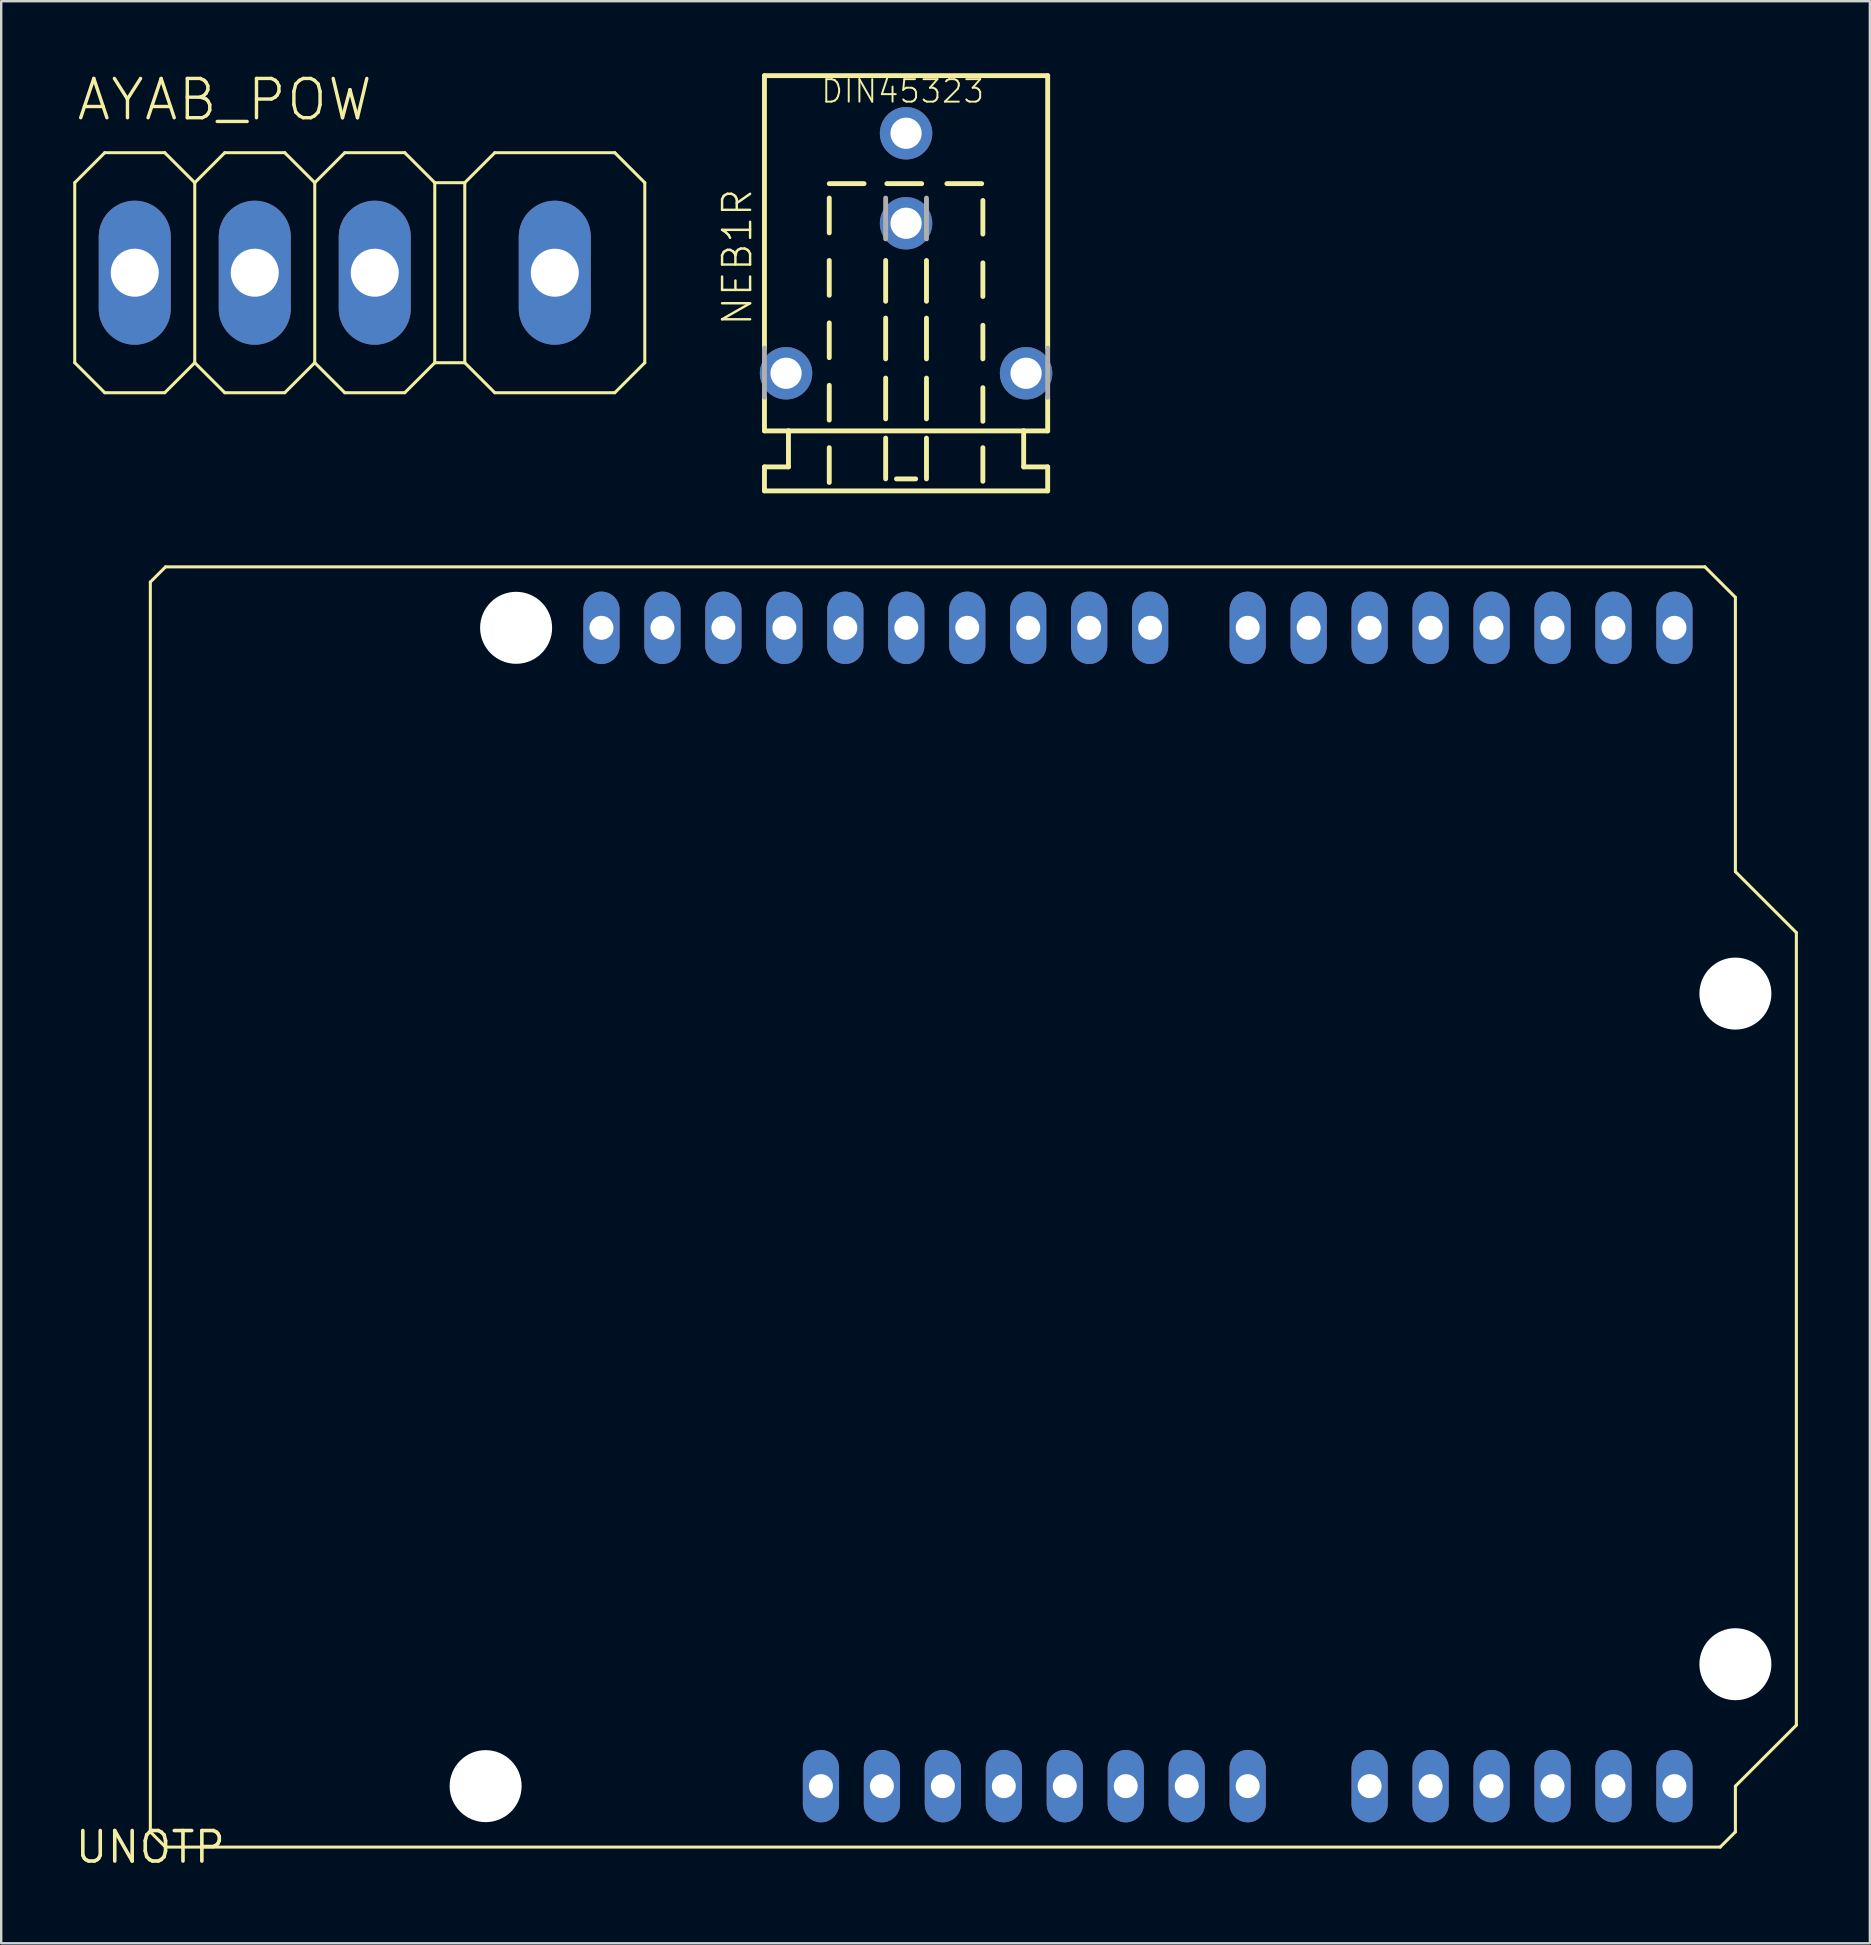
<source format=kicad_pcb>
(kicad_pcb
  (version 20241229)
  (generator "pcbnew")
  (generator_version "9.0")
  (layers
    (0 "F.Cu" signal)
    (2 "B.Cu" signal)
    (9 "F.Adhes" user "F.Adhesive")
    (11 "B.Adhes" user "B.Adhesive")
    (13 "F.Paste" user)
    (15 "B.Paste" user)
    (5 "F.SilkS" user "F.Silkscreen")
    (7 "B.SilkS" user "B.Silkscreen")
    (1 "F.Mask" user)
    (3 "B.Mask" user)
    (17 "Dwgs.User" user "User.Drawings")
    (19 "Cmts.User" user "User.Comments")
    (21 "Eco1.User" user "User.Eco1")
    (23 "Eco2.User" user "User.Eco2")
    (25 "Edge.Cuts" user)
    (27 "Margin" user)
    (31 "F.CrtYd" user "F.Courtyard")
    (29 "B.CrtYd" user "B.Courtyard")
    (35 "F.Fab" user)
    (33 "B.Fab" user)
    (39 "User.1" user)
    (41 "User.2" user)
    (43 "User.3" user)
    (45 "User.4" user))
  (footprint "NEB1R"
    (layer "F.Cu")
    (at 34.7 12.502)
    (property "Reference" "NEB1R" (at -6.35 -1.905 90) (layer "F.SilkS") (effects (font (size 1.168 1.168) (thickness 0.102)) (justify left bottom)))
    (fp_line (start -5.9 -12.4) (end 5.9 -12.4) (stroke (width 0.203) (type solid)) (layer "F.SilkS"))
    (fp_line (start -5.9 -1.05) (end -5.9 -12.4) (stroke (width 0.203) (type solid)) (layer "F.SilkS"))
    (fp_line (start -5.9 2.4) (end -5.9 1) (stroke (width 0.203) (type solid)) (layer "F.SilkS"))
    (fp_line (start -5.9 3.9) (end -4.9 3.9) (stroke (width 0.203) (type solid)) (layer "F.SilkS"))
    (fp_line (start -5.9 4.9) (end -5.9 3.9) (stroke (width 0.203) (type solid)) (layer "F.SilkS"))
    (fp_line (start -5.9 4.9) (end 5.9 4.9) (stroke (width 0.203) (type solid)) (layer "F.SilkS"))
    (fp_line (start -4.9 2.4) (end -5.9 2.4) (stroke (width 0.203) (type solid)) (layer "F.SilkS"))
    (fp_line (start -4.9 2.4) (end 4.9 2.4) (stroke (width 0.203) (type solid)) (layer "F.SilkS"))
    (fp_line (start -4.9 3.9) (end -4.9 2.4) (stroke (width 0.203) (type solid)) (layer "F.SilkS"))
    (fp_line (start -3.2 -7.9) (end -1.75 -7.9) (stroke (width 0.203) (type solid)) (layer "F.SilkS"))
    (fp_line (start -3.2 -7.3) (end -3.2 -5.85) (stroke (width 0.203) (type solid)) (layer "F.SilkS"))
    (fp_line (start -3.2 -4.7) (end -3.2 -3.25) (stroke (width 0.203) (type solid)) (layer "F.SilkS"))
    (fp_line (start -3.2 -2.1) (end -3.2 -0.65) (stroke (width 0.203) (type solid)) (layer "F.SilkS"))
    (fp_line (start -3.2 0.5) (end -3.2 1.95) (stroke (width 0.203) (type solid)) (layer "F.SilkS"))
    (fp_line (start -3.2 3.1) (end -3.2 4.55) (stroke (width 0.203) (type solid)) (layer "F.SilkS"))
    (fp_line (start -0.85 -4.7) (end -0.85 -3) (stroke (width 0.203) (type solid)) (layer "F.SilkS"))
    (fp_line (start -0.85 -2.3) (end -0.85 -0.6) (stroke (width 0.203) (type solid)) (layer "F.SilkS"))
    (fp_line (start -0.85 0.2) (end -0.85 1.9) (stroke (width 0.203) (type solid)) (layer "F.SilkS"))
    (fp_line (start -0.85 2.7) (end -0.85 4.4) (stroke (width 0.203) (type solid)) (layer "F.SilkS"))
    (fp_line (start -0.8 -7.9) (end 0.65 -7.9) (stroke (width 0.203) (type solid)) (layer "F.SilkS"))
    (fp_line (start -0.4 4.4) (end 0.4 4.4) (stroke (width 0.203) (type solid)) (layer "F.SilkS"))
    (fp_line (start 0.85 -4.7) (end 0.85 -3) (stroke (width 0.203) (type solid)) (layer "F.SilkS"))
    (fp_line (start 0.85 -2.3) (end 0.85 -0.6) (stroke (width 0.203) (type solid)) (layer "F.SilkS"))
    (fp_line (start 0.85 0.2) (end 0.85 1.9) (stroke (width 0.203) (type solid)) (layer "F.SilkS"))
    (fp_line (start 0.85 2.7) (end 0.85 4.4) (stroke (width 0.203) (type solid)) (layer "F.SilkS"))
    (fp_line (start 1.7 -7.9) (end 3.15 -7.9) (stroke (width 0.203) (type solid)) (layer "F.SilkS"))
    (fp_line (start 3.2 -7.2) (end 3.2 -5.8) (stroke (width 0.203) (type solid)) (layer "F.SilkS"))
    (fp_line (start 3.2 -4.6) (end 3.2 -3.2) (stroke (width 0.203) (type solid)) (layer "F.SilkS"))
    (fp_line (start 3.2 -2) (end 3.2 -0.6) (stroke (width 0.203) (type solid)) (layer "F.SilkS"))
    (fp_line (start 3.2 0.6) (end 3.2 2) (stroke (width 0.203) (type solid)) (layer "F.SilkS"))
    (fp_line (start 3.2 3.1) (end 3.2 4.5) (stroke (width 0.203) (type solid)) (layer "F.SilkS"))
    (fp_line (start 4.9 2.4) (end 4.9 3.9) (stroke (width 0.203) (type solid)) (layer "F.SilkS"))
    (fp_line (start 4.9 3.9) (end 5.9 3.9) (stroke (width 0.203) (type solid)) (layer "F.SilkS"))
    (fp_line (start 5.9 -1.05) (end 5.9 -12.4) (stroke (width 0.203) (type solid)) (layer "F.SilkS"))
    (fp_line (start 5.9 2.4) (end 4.9 2.4) (stroke (width 0.203) (type solid)) (layer "F.SilkS"))
    (fp_line (start 5.9 2.4) (end 5.9 1) (stroke (width 0.203) (type solid)) (layer "F.SilkS"))
    (fp_line (start 5.9 4.9) (end 5.9 3.9) (stroke (width 0.203) (type solid)) (layer "F.SilkS"))
    (fp_line (start -5.9 -1.05) (end -5.9 1) (stroke (width 0.203) (type solid)) (layer "F.Fab"))
    (fp_line (start -0.85 -7.3) (end -0.85 -5.6) (stroke (width 0.203) (type solid)) (layer "F.Fab"))
    (fp_line (start 0.85 -7.3) (end 0.85 -5.6) (stroke (width 0.203) (type solid)) (layer "F.Fab"))
    (fp_line (start 5.9 -1.05) (end 5.9 1) (stroke (width 0.203) (type solid)) (layer "F.Fab"))
    (fp_text user "DIN45323" (at -3.6 -11.2 0) (layer "F.SilkS") (effects (font (size 0.935 0.935) (thickness 0.081)) (justify left bottom)))
    (pad "1@1" thru_hole circle (at 5 0) (size 2.184 2.184) (drill 1.3) (layers "*.Cu" "*.Mask"))
    (pad "1@2" thru_hole circle (at -5 0) (size 2.184 2.184) (drill 1.3) (layers "*.Cu" "*.Mask"))
    (pad "2" thru_hole circle (at 0 -6.25) (size 2.184 2.184) (drill 1.3) (layers "*.Cu" "*.Mask"))
    (pad "3" thru_hole circle (at 0 -10) (size 2.184 2.184) (drill 1.3) (layers "*.Cu" "*.Mask")))
  (footprint "AYAB_POW"
    (layer "F.Cu")
    (at 7.564 8.312)
    (property "Reference" "AYAB_POW" (at -7.5 -6.25 0) (layer "F.SilkS") (effects (font (size 1.636 1.636) (thickness 0.142)) (justify left bottom)))
    (fp_line (start -7.5 -3.75) (end -7.5 3.75) (stroke (width 0.127) (type solid)) (layer "F.SilkS"))
    (fp_line (start -7.5 3.75) (end -6.25 5) (stroke (width 0.127) (type solid)) (layer "F.SilkS"))
    (fp_line (start -6.25 -5) (end -7.5 -3.75) (stroke (width 0.127) (type solid)) (layer "F.SilkS"))
    (fp_line (start -6.25 5) (end -3.75 5) (stroke (width 0.127) (type solid)) (layer "F.SilkS"))
    (fp_line (start -3.75 -5) (end -6.25 -5) (stroke (width 0.127) (type solid)) (layer "F.SilkS"))
    (fp_line (start -3.75 -5) (end -2.5 -3.75) (stroke (width 0.127) (type solid)) (layer "F.SilkS"))
    (fp_line (start -2.5 -3.75) (end -2.5 3.75) (stroke (width 0.127) (type solid)) (layer "F.SilkS"))
    (fp_line (start -2.5 3.75) (end -3.75 5) (stroke (width 0.127) (type solid)) (layer "F.SilkS"))
    (fp_line (start -2.5 3.75) (end -1.25 5) (stroke (width 0.127) (type solid)) (layer "F.SilkS"))
    (fp_line (start -1.25 -5) (end -2.5 -3.75) (stroke (width 0.127) (type solid)) (layer "F.SilkS"))
    (fp_line (start -1.25 -5) (end 1.25 -5) (stroke (width 0.127) (type solid)) (layer "F.SilkS"))
    (fp_line (start 1.25 -5) (end 2.5 -3.75) (stroke (width 0.127) (type solid)) (layer "F.SilkS"))
    (fp_line (start 1.25 5) (end -1.25 5) (stroke (width 0.127) (type solid)) (layer "F.SilkS"))
    (fp_line (start 2.5 -3.75) (end 2.5 3.75) (stroke (width 0.127) (type solid)) (layer "F.SilkS"))
    (fp_line (start 2.5 -3.75) (end 3.75 -5) (stroke (width 0.127) (type solid)) (layer "F.SilkS"))
    (fp_line (start 2.5 3.75) (end 1.25 5) (stroke (width 0.127) (type solid)) (layer "F.SilkS"))
    (fp_line (start 2.5 3.75) (end 3.75 5) (stroke (width 0.127) (type solid)) (layer "F.SilkS"))
    (fp_line (start 3.75 -5) (end 6.25 -5) (stroke (width 0.127) (type solid)) (layer "F.SilkS"))
    (fp_line (start 6.25 -5) (end 7.5 -3.75) (stroke (width 0.127) (type solid)) (layer "F.SilkS"))
    (fp_line (start 6.25 5) (end 3.75 5) (stroke (width 0.127) (type solid)) (layer "F.SilkS"))
    (fp_line (start 6.25 5) (end 7.5 3.75) (stroke (width 0.127) (type solid)) (layer "F.SilkS"))
    (fp_line (start 7.5 -3.75) (end 7.5 3.75) (stroke (width 0.127) (type solid)) (layer "F.SilkS"))
    (fp_line (start 8.75 -3.75) (end 7.5 -3.75) (stroke (width 0.127) (type solid)) (layer "F.SilkS"))
    (fp_line (start 8.75 -3.75) (end 8.75 3.75) (stroke (width 0.127) (type solid)) (layer "F.SilkS"))
    (fp_line (start 8.75 3.75) (end 7.5 3.75) (stroke (width 0.127) (type solid)) (layer "F.SilkS"))
    (fp_line (start 8.75 3.75) (end 10 5) (stroke (width 0.127) (type solid)) (layer "F.SilkS"))
    (fp_line (start 10 -5) (end 8.75 -3.75) (stroke (width 0.127) (type solid)) (layer "F.SilkS"))
    (fp_line (start 10 5) (end 15 5) (stroke (width 0.127) (type solid)) (layer "F.SilkS"))
    (fp_line (start 15 -5) (end 10 -5) (stroke (width 0.127) (type solid)) (layer "F.SilkS"))
    (fp_line (start 15 -5) (end 16.25 -3.75) (stroke (width 0.127) (type solid)) (layer "F.SilkS"))
    (fp_line (start 16.25 -3.75) (end 16.25 3.75) (stroke (width 0.127) (type solid)) (layer "F.SilkS"))
    (fp_line (start 16.25 3.75) (end 15 5) (stroke (width 0.127) (type solid)) (layer "F.SilkS"))
    (pad "P$1" thru_hole oval (at 12.5 0 90) (size 6 3) (drill 2) (layers "*.Cu" "*.Mask"))
    (pad "P$2" thru_hole oval (at 5 0 90) (size 6 3) (drill 2) (layers "*.Cu" "*.Mask"))
    (pad "P$3" thru_hole oval (at 0 0 90) (size 6 3) (drill 2) (layers "*.Cu" "*.Mask"))
    (pad "P$4" thru_hole oval (at -5 0 90) (size 6 3) (drill 2) (layers "*.Cu" "*.Mask")))
  (footprint "UNOTP"
    (layer "F.Cu")
    (at 3.213 73.907)
    (property "Reference" "UNOTP" (at 0 0 0) (layer "F.SilkS") (effects (font (size 1.27 1.27) (thickness 0.15))))
    (fp_line (start 0 -52.705) (end 0 -0.635) (stroke (width 0.127) (type solid)) (layer "F.SilkS"))
    (fp_line (start 0 -0.635) (end 0.635 0) (stroke (width 0.127) (type solid)) (layer "F.SilkS"))
    (fp_line (start 0.635 -53.34) (end 0 -52.705) (stroke (width 0.127) (type solid)) (layer "F.SilkS"))
    (fp_line (start 0.635 0) (end 65.405 0) (stroke (width 0.127) (type solid)) (layer "F.SilkS"))
    (fp_line (start 64.77 -53.34) (end 0.635 -53.34) (stroke (width 0.127) (type solid)) (layer "F.SilkS"))
    (fp_line (start 65.405 0) (end 66.04 -0.635) (stroke (width 0.127) (type solid)) (layer "F.SilkS"))
    (fp_line (start 66.04 -52.07) (end 64.77 -53.34) (stroke (width 0.127) (type solid)) (layer "F.SilkS"))
    (fp_line (start 66.04 -40.64) (end 66.04 -52.07) (stroke (width 0.127) (type solid)) (layer "F.SilkS"))
    (fp_line (start 66.04 -2.54) (end 68.58 -5.08) (stroke (width 0.127) (type solid)) (layer "F.SilkS"))
    (fp_line (start 66.04 -0.635) (end 66.04 -2.54) (stroke (width 0.127) (type solid)) (layer "F.SilkS"))
    (fp_line (start 68.58 -38.1) (end 66.04 -40.64) (stroke (width 0.127) (type solid)) (layer "F.SilkS"))
    (fp_line (start 68.58 -5.08) (end 68.58 -38.1) (stroke (width 0.127) (type solid)) (layer "F.SilkS"))
    (pad "" np_thru_hole circle (at 13.97 -2.54) (size 3 3) (drill 3) (layers "*.Cu" "*.Mask"))
    (pad "" np_thru_hole circle (at 15.24 -50.8) (size 3 3) (drill 3) (layers "*.Cu" "*.Mask"))
    (pad "" np_thru_hole circle (at 66.04 -35.56) (size 3 3) (drill 3) (layers "*.Cu" "*.Mask"))
    (pad "" np_thru_hole circle (at 66.04 -7.62) (size 3 3) (drill 3) (layers "*.Cu" "*.Mask"))
    (pad "0" thru_hole oval (at 63.5 -50.8 90) (size 3.016 1.508) (drill 1) (layers "*.Cu" "*.Mask"))
    (pad "1" thru_hole oval (at 60.96 -50.8 90) (size 3.016 1.508) (drill 1) (layers "*.Cu" "*.Mask"))
    (pad "2" thru_hole oval (at 58.42 -50.8 90) (size 3.016 1.508) (drill 1) (layers "*.Cu" "*.Mask"))
    (pad "3" thru_hole oval (at 55.88 -50.8 90) (size 3.016 1.508) (drill 1) (layers "*.Cu" "*.Mask"))
    (pad "3V3" thru_hole oval (at 35.56 -2.54 90) (size 3.016 1.508) (drill 1) (layers "*.Cu" "*.Mask"))
    (pad "4" thru_hole oval (at 53.34 -50.8 90) (size 3.016 1.508) (drill 1) (layers "*.Cu" "*.Mask"))
    (pad "5" thru_hole oval (at 50.8 -50.8 90) (size 3.016 1.508) (drill 1) (layers "*.Cu" "*.Mask"))
    (pad "5V" thru_hole oval (at 38.1 -2.54 90) (size 3.016 1.508) (drill 1) (layers "*.Cu" "*.Mask"))
    (pad "6" thru_hole oval (at 48.26 -50.8 90) (size 3.016 1.508) (drill 1) (layers "*.Cu" "*.Mask"))
    (pad "7" thru_hole oval (at 45.72 -50.8 90) (size 3.016 1.508) (drill 1) (layers "*.Cu" "*.Mask"))
    (pad "8" thru_hole oval (at 41.656 -50.8 90) (size 3.016 1.508) (drill 1) (layers "*.Cu" "*.Mask"))
    (pad "9" thru_hole oval (at 39.116 -50.8 90) (size 3.016 1.508) (drill 1) (layers "*.Cu" "*.Mask"))
    (pad "10" thru_hole oval (at 36.576 -50.8 90) (size 3.016 1.508) (drill 1) (layers "*.Cu" "*.Mask"))
    (pad "11" thru_hole oval (at 34.036 -50.8 90) (size 3.016 1.508) (drill 1) (layers "*.Cu" "*.Mask"))
    (pad "12" thru_hole oval (at 31.496 -50.8 90) (size 3.016 1.508) (drill 1) (layers "*.Cu" "*.Mask"))
    (pad "13" thru_hole oval (at 28.956 -50.8 90) (size 3.016 1.508) (drill 1) (layers "*.Cu" "*.Mask"))
    (pad "AIN0" thru_hole oval (at 50.8 -2.54 90) (size 3.016 1.508) (drill 1) (layers "*.Cu" "*.Mask"))
    (pad "AIN1" thru_hole oval (at 53.34 -2.54 90) (size 3.016 1.508) (drill 1) (layers "*.Cu" "*.Mask"))
    (pad "AIN2" thru_hole oval (at 55.88 -2.54 90) (size 3.016 1.508) (drill 1) (layers "*.Cu" "*.Mask"))
    (pad "AIN3" thru_hole oval (at 58.42 -2.54 90) (size 3.016 1.508) (drill 1) (layers "*.Cu" "*.Mask"))
    (pad "AIN4" thru_hole oval (at 60.96 -2.54 90) (size 3.016 1.508) (drill 1) (layers "*.Cu" "*.Mask"))
    (pad "AIN5" thru_hole oval (at 63.5 -2.54 90) (size 3.016 1.508) (drill 1) (layers "*.Cu" "*.Mask"))
    (pad "AREF" thru_hole oval (at 23.876 -50.8 90) (size 3.016 1.508) (drill 1) (layers "*.Cu" "*.Mask"))
    (pad "GND@1" thru_hole oval (at 40.64 -2.54 90) (size 3.016 1.508) (drill 1) (layers "*.Cu" "*.Mask"))
    (pad "GND@2" thru_hole oval (at 43.18 -2.54 90) (size 3.016 1.508) (drill 1) (layers "*.Cu" "*.Mask"))
    (pad "GND@3" thru_hole oval (at 26.416 -50.8 90) (size 3.016 1.508) (drill 1) (layers "*.Cu" "*.Mask"))
    (pad "IOREF" thru_hole oval (at 30.48 -2.54 90) (size 3.016 1.508) (drill 1) (layers "*.Cu" "*.Mask"))
    (pad "NC" thru_hole oval (at 27.94 -2.54 90) (size 3.016 1.508) (drill 1) (layers "*.Cu" "*.Mask"))
    (pad "RST" thru_hole oval (at 33.02 -2.54 90) (size 3.016 1.508) (drill 1) (layers "*.Cu" "*.Mask"))
    (pad "SCL" thru_hole oval (at 18.796 -50.8 90) (size 3.016 1.508) (drill 1) (layers "*.Cu" "*.Mask"))
    (pad "SDA" thru_hole oval (at 21.336 -50.8 90) (size 3.016 1.508) (drill 1) (layers "*.Cu" "*.Mask"))
    (pad "VIN" thru_hole oval (at 45.72 -2.54 90) (size 3.016 1.508) (drill 1) (layers "*.Cu" "*.Mask")))
  (gr_rect
    (start -3 -3)
    (end 74.856 77.913)
    (stroke (width 0.1) (type default))
    (fill no)
    (layer "Edge.Cuts")))
</source>
